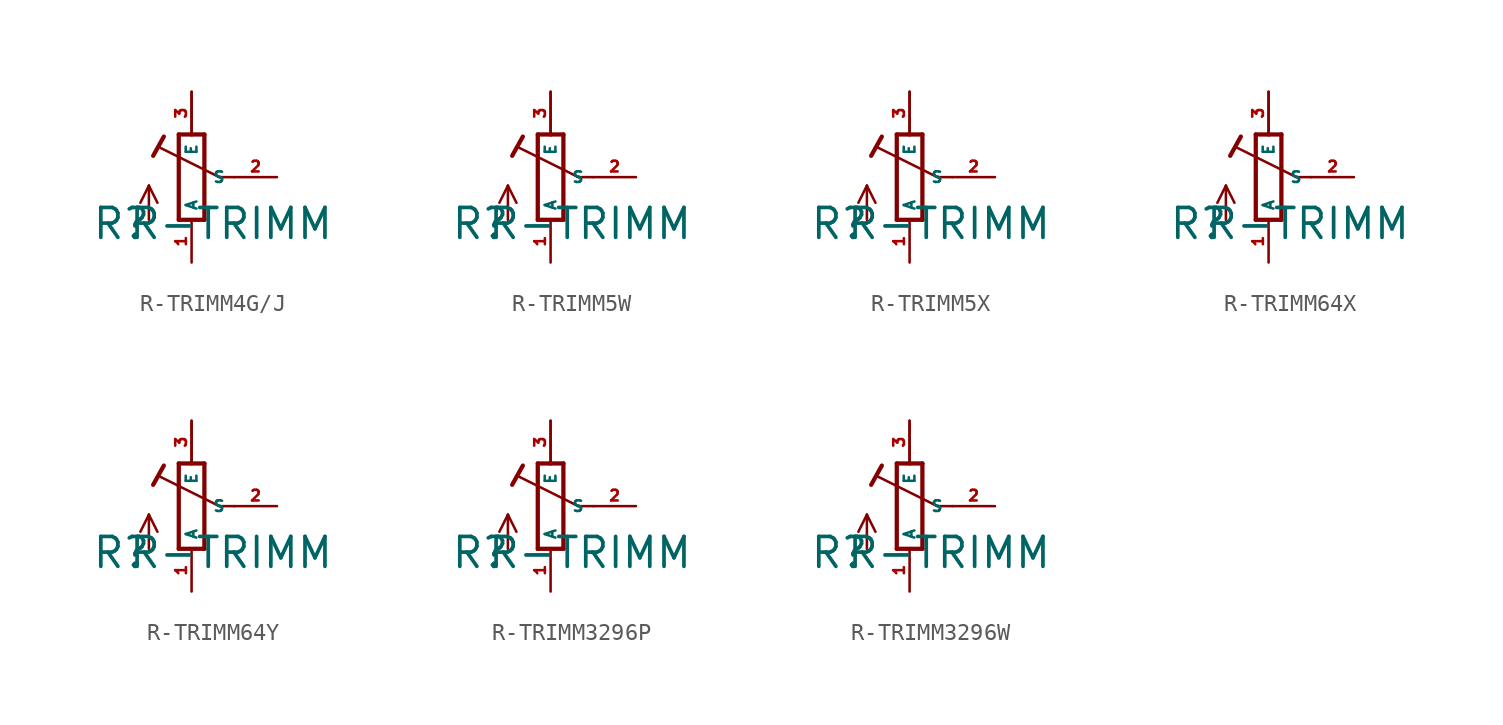
<source format=kicad_sym>
(kicad_symbol_lib
  (version 20220914)
  (generator Eagle2Kicad)
  (symbol "R-TRIMM4G/J"
    (property "Reference" "R"
      (at -5.969 -3.81 0)
      (effects (font (size 1.778 1.778) (thickness 0.22)) (justify left bottom)))
    (property "Value" "R-TRIMM"
      (at -3.81 -3.81 0)
      (effects (font (size 1.778 1.778) (thickness 0.22)) (justify left bottom)))
    (polyline
      (pts (xy 0.762 2.54) (xy 0 2.54))
      (stroke (width 0.254) (type default))
      (fill (type none)))
    (polyline
      (pts (xy -0.762 2.54) (xy -0.762 -2.54))
      (stroke (width 0.254) (type default))
      (fill (type none)))
    (polyline
      (pts (xy 0.762 -2.54) (xy 0.762 2.54))
      (stroke (width 0.254) (type default))
      (fill (type none)))
    (polyline
      (pts (xy 2.54 0) (xy 1.651 0))
      (stroke (width 0.152) (type default))
      (fill (type none)))
    (polyline
      (pts (xy 1.651 0) (xy -1.88 1.753))
      (stroke (width 0.152) (type default))
      (fill (type none)))
    (polyline
      (pts (xy 0 2.54) (xy 0 5.08))
      (stroke (width 0.152) (type default))
      (fill (type none)))
    (polyline
      (pts (xy 0 2.54) (xy -0.762 2.54))
      (stroke (width 0.254) (type default))
      (fill (type none)))
    (polyline
      (pts (xy -0.762 -2.54) (xy 0.762 -2.54))
      (stroke (width 0.254) (type default))
      (fill (type none)))
    (polyline
      (pts (xy -2.286 1.27) (xy -1.651 2.413))
      (stroke (width 0.254) (type default))
      (fill (type none)))
    (polyline
      (pts (xy -2.54 -2.54) (xy -2.54 -0.508))
      (stroke (width 0.152) (type default))
      (fill (type none)))
    (polyline
      (pts (xy -2.54 -0.508) (xy -3.048 -1.524))
      (stroke (width 0.152) (type default))
      (fill (type none)))
    (polyline
      (pts (xy -2.54 -0.508) (xy -2.032 -1.524))
      (stroke (width 0.152) (type default))
      (fill (type none)))
    (pin passive line
      (at 0 -5.08 90)
      (length 2.54)
      (name "A" (effects (font (size 0.635 0.635) (thickness 0.08)) (justify left bottom)))
      (number "1" (effects (font (size 0.635 0.635) (thickness 0.08)) (justify left bottom))))
    (pin passive line
      (at 0 5.08 270)
      (length 2.54)
      (name "E" (effects (font (size 0.635 0.635) (thickness 0.08)) (justify left bottom)))
      (number "3" (effects (font (size 0.635 0.635) (thickness 0.08)) (justify left bottom))))
    (pin passive line
      (at 5.08 0 180)
      (length 2.54)
      (name "S" (effects (font (size 0.635 0.635) (thickness 0.08)) (justify left bottom)))
      (number "2" (effects (font (size 0.635 0.635) (thickness 0.08)) (justify left bottom)))))
  (symbol "R-TRIMM5W"
    (property "Reference" "R"
      (at -5.969 -3.81 0)
      (effects (font (size 1.778 1.778) (thickness 0.22)) (justify left bottom)))
    (property "Value" "R-TRIMM"
      (at -3.81 -3.81 0)
      (effects (font (size 1.778 1.778) (thickness 0.22)) (justify left bottom)))
    (polyline
      (pts (xy 0.762 2.54) (xy 0 2.54))
      (stroke (width 0.254) (type default))
      (fill (type none)))
    (polyline
      (pts (xy -0.762 2.54) (xy -0.762 -2.54))
      (stroke (width 0.254) (type default))
      (fill (type none)))
    (polyline
      (pts (xy 0.762 -2.54) (xy 0.762 2.54))
      (stroke (width 0.254) (type default))
      (fill (type none)))
    (polyline
      (pts (xy 2.54 0) (xy 1.651 0))
      (stroke (width 0.152) (type default))
      (fill (type none)))
    (polyline
      (pts (xy 1.651 0) (xy -1.88 1.753))
      (stroke (width 0.152) (type default))
      (fill (type none)))
    (polyline
      (pts (xy 0 2.54) (xy 0 5.08))
      (stroke (width 0.152) (type default))
      (fill (type none)))
    (polyline
      (pts (xy 0 2.54) (xy -0.762 2.54))
      (stroke (width 0.254) (type default))
      (fill (type none)))
    (polyline
      (pts (xy -0.762 -2.54) (xy 0.762 -2.54))
      (stroke (width 0.254) (type default))
      (fill (type none)))
    (polyline
      (pts (xy -2.286 1.27) (xy -1.651 2.413))
      (stroke (width 0.254) (type default))
      (fill (type none)))
    (polyline
      (pts (xy -2.54 -2.54) (xy -2.54 -0.508))
      (stroke (width 0.152) (type default))
      (fill (type none)))
    (polyline
      (pts (xy -2.54 -0.508) (xy -3.048 -1.524))
      (stroke (width 0.152) (type default))
      (fill (type none)))
    (polyline
      (pts (xy -2.54 -0.508) (xy -2.032 -1.524))
      (stroke (width 0.152) (type default))
      (fill (type none)))
    (pin passive line
      (at 0 -5.08 90)
      (length 2.54)
      (name "A" (effects (font (size 0.635 0.635) (thickness 0.08)) (justify left bottom)))
      (number "1" (effects (font (size 0.635 0.635) (thickness 0.08)) (justify left bottom))))
    (pin passive line
      (at 0 5.08 270)
      (length 2.54)
      (name "E" (effects (font (size 0.635 0.635) (thickness 0.08)) (justify left bottom)))
      (number "3" (effects (font (size 0.635 0.635) (thickness 0.08)) (justify left bottom))))
    (pin passive line
      (at 5.08 0 180)
      (length 2.54)
      (name "S" (effects (font (size 0.635 0.635) (thickness 0.08)) (justify left bottom)))
      (number "2" (effects (font (size 0.635 0.635) (thickness 0.08)) (justify left bottom)))))
  (symbol "R-TRIMM5X"
    (property "Reference" "R"
      (at -5.969 -3.81 0)
      (effects (font (size 1.778 1.778) (thickness 0.22)) (justify left bottom)))
    (property "Value" "R-TRIMM"
      (at -3.81 -3.81 0)
      (effects (font (size 1.778 1.778) (thickness 0.22)) (justify left bottom)))
    (polyline
      (pts (xy 0.762 2.54) (xy 0 2.54))
      (stroke (width 0.254) (type default))
      (fill (type none)))
    (polyline
      (pts (xy -0.762 2.54) (xy -0.762 -2.54))
      (stroke (width 0.254) (type default))
      (fill (type none)))
    (polyline
      (pts (xy 0.762 -2.54) (xy 0.762 2.54))
      (stroke (width 0.254) (type default))
      (fill (type none)))
    (polyline
      (pts (xy 2.54 0) (xy 1.651 0))
      (stroke (width 0.152) (type default))
      (fill (type none)))
    (polyline
      (pts (xy 1.651 0) (xy -1.88 1.753))
      (stroke (width 0.152) (type default))
      (fill (type none)))
    (polyline
      (pts (xy 0 2.54) (xy 0 5.08))
      (stroke (width 0.152) (type default))
      (fill (type none)))
    (polyline
      (pts (xy 0 2.54) (xy -0.762 2.54))
      (stroke (width 0.254) (type default))
      (fill (type none)))
    (polyline
      (pts (xy -0.762 -2.54) (xy 0.762 -2.54))
      (stroke (width 0.254) (type default))
      (fill (type none)))
    (polyline
      (pts (xy -2.286 1.27) (xy -1.651 2.413))
      (stroke (width 0.254) (type default))
      (fill (type none)))
    (polyline
      (pts (xy -2.54 -2.54) (xy -2.54 -0.508))
      (stroke (width 0.152) (type default))
      (fill (type none)))
    (polyline
      (pts (xy -2.54 -0.508) (xy -3.048 -1.524))
      (stroke (width 0.152) (type default))
      (fill (type none)))
    (polyline
      (pts (xy -2.54 -0.508) (xy -2.032 -1.524))
      (stroke (width 0.152) (type default))
      (fill (type none)))
    (pin passive line
      (at 0 -5.08 90)
      (length 2.54)
      (name "A" (effects (font (size 0.635 0.635) (thickness 0.08)) (justify left bottom)))
      (number "1" (effects (font (size 0.635 0.635) (thickness 0.08)) (justify left bottom))))
    (pin passive line
      (at 0 5.08 270)
      (length 2.54)
      (name "E" (effects (font (size 0.635 0.635) (thickness 0.08)) (justify left bottom)))
      (number "3" (effects (font (size 0.635 0.635) (thickness 0.08)) (justify left bottom))))
    (pin passive line
      (at 5.08 0 180)
      (length 2.54)
      (name "S" (effects (font (size 0.635 0.635) (thickness 0.08)) (justify left bottom)))
      (number "2" (effects (font (size 0.635 0.635) (thickness 0.08)) (justify left bottom)))))
  (symbol "R-TRIMM64X"
    (property "Reference" "R"
      (at -5.969 -3.81 0)
      (effects (font (size 1.778 1.778) (thickness 0.22)) (justify left bottom)))
    (property "Value" "R-TRIMM"
      (at -3.81 -3.81 0)
      (effects (font (size 1.778 1.778) (thickness 0.22)) (justify left bottom)))
    (polyline
      (pts (xy 0.762 2.54) (xy 0 2.54))
      (stroke (width 0.254) (type default))
      (fill (type none)))
    (polyline
      (pts (xy -0.762 2.54) (xy -0.762 -2.54))
      (stroke (width 0.254) (type default))
      (fill (type none)))
    (polyline
      (pts (xy 0.762 -2.54) (xy 0.762 2.54))
      (stroke (width 0.254) (type default))
      (fill (type none)))
    (polyline
      (pts (xy 2.54 0) (xy 1.651 0))
      (stroke (width 0.152) (type default))
      (fill (type none)))
    (polyline
      (pts (xy 1.651 0) (xy -1.88 1.753))
      (stroke (width 0.152) (type default))
      (fill (type none)))
    (polyline
      (pts (xy 0 2.54) (xy 0 5.08))
      (stroke (width 0.152) (type default))
      (fill (type none)))
    (polyline
      (pts (xy 0 2.54) (xy -0.762 2.54))
      (stroke (width 0.254) (type default))
      (fill (type none)))
    (polyline
      (pts (xy -0.762 -2.54) (xy 0.762 -2.54))
      (stroke (width 0.254) (type default))
      (fill (type none)))
    (polyline
      (pts (xy -2.286 1.27) (xy -1.651 2.413))
      (stroke (width 0.254) (type default))
      (fill (type none)))
    (polyline
      (pts (xy -2.54 -2.54) (xy -2.54 -0.508))
      (stroke (width 0.152) (type default))
      (fill (type none)))
    (polyline
      (pts (xy -2.54 -0.508) (xy -3.048 -1.524))
      (stroke (width 0.152) (type default))
      (fill (type none)))
    (polyline
      (pts (xy -2.54 -0.508) (xy -2.032 -1.524))
      (stroke (width 0.152) (type default))
      (fill (type none)))
    (pin passive line
      (at 0 -5.08 90)
      (length 2.54)
      (name "A" (effects (font (size 0.635 0.635) (thickness 0.08)) (justify left bottom)))
      (number "1" (effects (font (size 0.635 0.635) (thickness 0.08)) (justify left bottom))))
    (pin passive line
      (at 0 5.08 270)
      (length 2.54)
      (name "E" (effects (font (size 0.635 0.635) (thickness 0.08)) (justify left bottom)))
      (number "3" (effects (font (size 0.635 0.635) (thickness 0.08)) (justify left bottom))))
    (pin passive line
      (at 5.08 0 180)
      (length 2.54)
      (name "S" (effects (font (size 0.635 0.635) (thickness 0.08)) (justify left bottom)))
      (number "2" (effects (font (size 0.635 0.635) (thickness 0.08)) (justify left bottom)))))
  (symbol "R-TRIMM64Y"
    (property "Reference" "R"
      (at -5.969 -3.81 0)
      (effects (font (size 1.778 1.778) (thickness 0.22)) (justify left bottom)))
    (property "Value" "R-TRIMM"
      (at -3.81 -3.81 0)
      (effects (font (size 1.778 1.778) (thickness 0.22)) (justify left bottom)))
    (polyline
      (pts (xy 0.762 2.54) (xy 0 2.54))
      (stroke (width 0.254) (type default))
      (fill (type none)))
    (polyline
      (pts (xy -0.762 2.54) (xy -0.762 -2.54))
      (stroke (width 0.254) (type default))
      (fill (type none)))
    (polyline
      (pts (xy 0.762 -2.54) (xy 0.762 2.54))
      (stroke (width 0.254) (type default))
      (fill (type none)))
    (polyline
      (pts (xy 2.54 0) (xy 1.651 0))
      (stroke (width 0.152) (type default))
      (fill (type none)))
    (polyline
      (pts (xy 1.651 0) (xy -1.88 1.753))
      (stroke (width 0.152) (type default))
      (fill (type none)))
    (polyline
      (pts (xy 0 2.54) (xy 0 5.08))
      (stroke (width 0.152) (type default))
      (fill (type none)))
    (polyline
      (pts (xy 0 2.54) (xy -0.762 2.54))
      (stroke (width 0.254) (type default))
      (fill (type none)))
    (polyline
      (pts (xy -0.762 -2.54) (xy 0.762 -2.54))
      (stroke (width 0.254) (type default))
      (fill (type none)))
    (polyline
      (pts (xy -2.286 1.27) (xy -1.651 2.413))
      (stroke (width 0.254) (type default))
      (fill (type none)))
    (polyline
      (pts (xy -2.54 -2.54) (xy -2.54 -0.508))
      (stroke (width 0.152) (type default))
      (fill (type none)))
    (polyline
      (pts (xy -2.54 -0.508) (xy -3.048 -1.524))
      (stroke (width 0.152) (type default))
      (fill (type none)))
    (polyline
      (pts (xy -2.54 -0.508) (xy -2.032 -1.524))
      (stroke (width 0.152) (type default))
      (fill (type none)))
    (pin passive line
      (at 0 -5.08 90)
      (length 2.54)
      (name "A" (effects (font (size 0.635 0.635) (thickness 0.08)) (justify left bottom)))
      (number "1" (effects (font (size 0.635 0.635) (thickness 0.08)) (justify left bottom))))
    (pin passive line
      (at 0 5.08 270)
      (length 2.54)
      (name "E" (effects (font (size 0.635 0.635) (thickness 0.08)) (justify left bottom)))
      (number "3" (effects (font (size 0.635 0.635) (thickness 0.08)) (justify left bottom))))
    (pin passive line
      (at 5.08 0 180)
      (length 2.54)
      (name "S" (effects (font (size 0.635 0.635) (thickness 0.08)) (justify left bottom)))
      (number "2" (effects (font (size 0.635 0.635) (thickness 0.08)) (justify left bottom)))))
  (symbol "R-TRIMM3296P"
    (property "Reference" "R"
      (at -5.969 -3.81 0)
      (effects (font (size 1.778 1.778) (thickness 0.22)) (justify left bottom)))
    (property "Value" "R-TRIMM"
      (at -3.81 -3.81 0)
      (effects (font (size 1.778 1.778) (thickness 0.22)) (justify left bottom)))
    (polyline
      (pts (xy 0.762 2.54) (xy 0 2.54))
      (stroke (width 0.254) (type default))
      (fill (type none)))
    (polyline
      (pts (xy -0.762 2.54) (xy -0.762 -2.54))
      (stroke (width 0.254) (type default))
      (fill (type none)))
    (polyline
      (pts (xy 0.762 -2.54) (xy 0.762 2.54))
      (stroke (width 0.254) (type default))
      (fill (type none)))
    (polyline
      (pts (xy 2.54 0) (xy 1.651 0))
      (stroke (width 0.152) (type default))
      (fill (type none)))
    (polyline
      (pts (xy 1.651 0) (xy -1.88 1.753))
      (stroke (width 0.152) (type default))
      (fill (type none)))
    (polyline
      (pts (xy 0 2.54) (xy 0 5.08))
      (stroke (width 0.152) (type default))
      (fill (type none)))
    (polyline
      (pts (xy 0 2.54) (xy -0.762 2.54))
      (stroke (width 0.254) (type default))
      (fill (type none)))
    (polyline
      (pts (xy -0.762 -2.54) (xy 0.762 -2.54))
      (stroke (width 0.254) (type default))
      (fill (type none)))
    (polyline
      (pts (xy -2.286 1.27) (xy -1.651 2.413))
      (stroke (width 0.254) (type default))
      (fill (type none)))
    (polyline
      (pts (xy -2.54 -2.54) (xy -2.54 -0.508))
      (stroke (width 0.152) (type default))
      (fill (type none)))
    (polyline
      (pts (xy -2.54 -0.508) (xy -3.048 -1.524))
      (stroke (width 0.152) (type default))
      (fill (type none)))
    (polyline
      (pts (xy -2.54 -0.508) (xy -2.032 -1.524))
      (stroke (width 0.152) (type default))
      (fill (type none)))
    (pin passive line
      (at 0 -5.08 90)
      (length 2.54)
      (name "A" (effects (font (size 0.635 0.635) (thickness 0.08)) (justify left bottom)))
      (number "1" (effects (font (size 0.635 0.635) (thickness 0.08)) (justify left bottom))))
    (pin passive line
      (at 0 5.08 270)
      (length 2.54)
      (name "E" (effects (font (size 0.635 0.635) (thickness 0.08)) (justify left bottom)))
      (number "3" (effects (font (size 0.635 0.635) (thickness 0.08)) (justify left bottom))))
    (pin passive line
      (at 5.08 0 180)
      (length 2.54)
      (name "S" (effects (font (size 0.635 0.635) (thickness 0.08)) (justify left bottom)))
      (number "2" (effects (font (size 0.635 0.635) (thickness 0.08)) (justify left bottom)))))
  (symbol "R-TRIMM3296W"
    (property "Reference" "R"
      (at -5.969 -3.81 0)
      (effects (font (size 1.778 1.778) (thickness 0.22)) (justify left bottom)))
    (property "Value" "R-TRIMM"
      (at -3.81 -3.81 0)
      (effects (font (size 1.778 1.778) (thickness 0.22)) (justify left bottom)))
    (polyline
      (pts (xy 0.762 2.54) (xy 0 2.54))
      (stroke (width 0.254) (type default))
      (fill (type none)))
    (polyline
      (pts (xy -0.762 2.54) (xy -0.762 -2.54))
      (stroke (width 0.254) (type default))
      (fill (type none)))
    (polyline
      (pts (xy 0.762 -2.54) (xy 0.762 2.54))
      (stroke (width 0.254) (type default))
      (fill (type none)))
    (polyline
      (pts (xy 2.54 0) (xy 1.651 0))
      (stroke (width 0.152) (type default))
      (fill (type none)))
    (polyline
      (pts (xy 1.651 0) (xy -1.88 1.753))
      (stroke (width 0.152) (type default))
      (fill (type none)))
    (polyline
      (pts (xy 0 2.54) (xy 0 5.08))
      (stroke (width 0.152) (type default))
      (fill (type none)))
    (polyline
      (pts (xy 0 2.54) (xy -0.762 2.54))
      (stroke (width 0.254) (type default))
      (fill (type none)))
    (polyline
      (pts (xy -0.762 -2.54) (xy 0.762 -2.54))
      (stroke (width 0.254) (type default))
      (fill (type none)))
    (polyline
      (pts (xy -2.286 1.27) (xy -1.651 2.413))
      (stroke (width 0.254) (type default))
      (fill (type none)))
    (polyline
      (pts (xy -2.54 -2.54) (xy -2.54 -0.508))
      (stroke (width 0.152) (type default))
      (fill (type none)))
    (polyline
      (pts (xy -2.54 -0.508) (xy -3.048 -1.524))
      (stroke (width 0.152) (type default))
      (fill (type none)))
    (polyline
      (pts (xy -2.54 -0.508) (xy -2.032 -1.524))
      (stroke (width 0.152) (type default))
      (fill (type none)))
    (pin passive line
      (at 0 -5.08 90)
      (length 2.54)
      (name "A" (effects (font (size 0.635 0.635) (thickness 0.08)) (justify left bottom)))
      (number "1" (effects (font (size 0.635 0.635) (thickness 0.08)) (justify left bottom))))
    (pin passive line
      (at 0 5.08 270)
      (length 2.54)
      (name "E" (effects (font (size 0.635 0.635) (thickness 0.08)) (justify left bottom)))
      (number "3" (effects (font (size 0.635 0.635) (thickness 0.08)) (justify left bottom))))
    (pin passive line
      (at 5.08 0 180)
      (length 2.54)
      (name "S" (effects (font (size 0.635 0.635) (thickness 0.08)) (justify left bottom)))
      (number "2" (effects (font (size 0.635 0.635) (thickness 0.08)) (justify left bottom))))))
</source>
